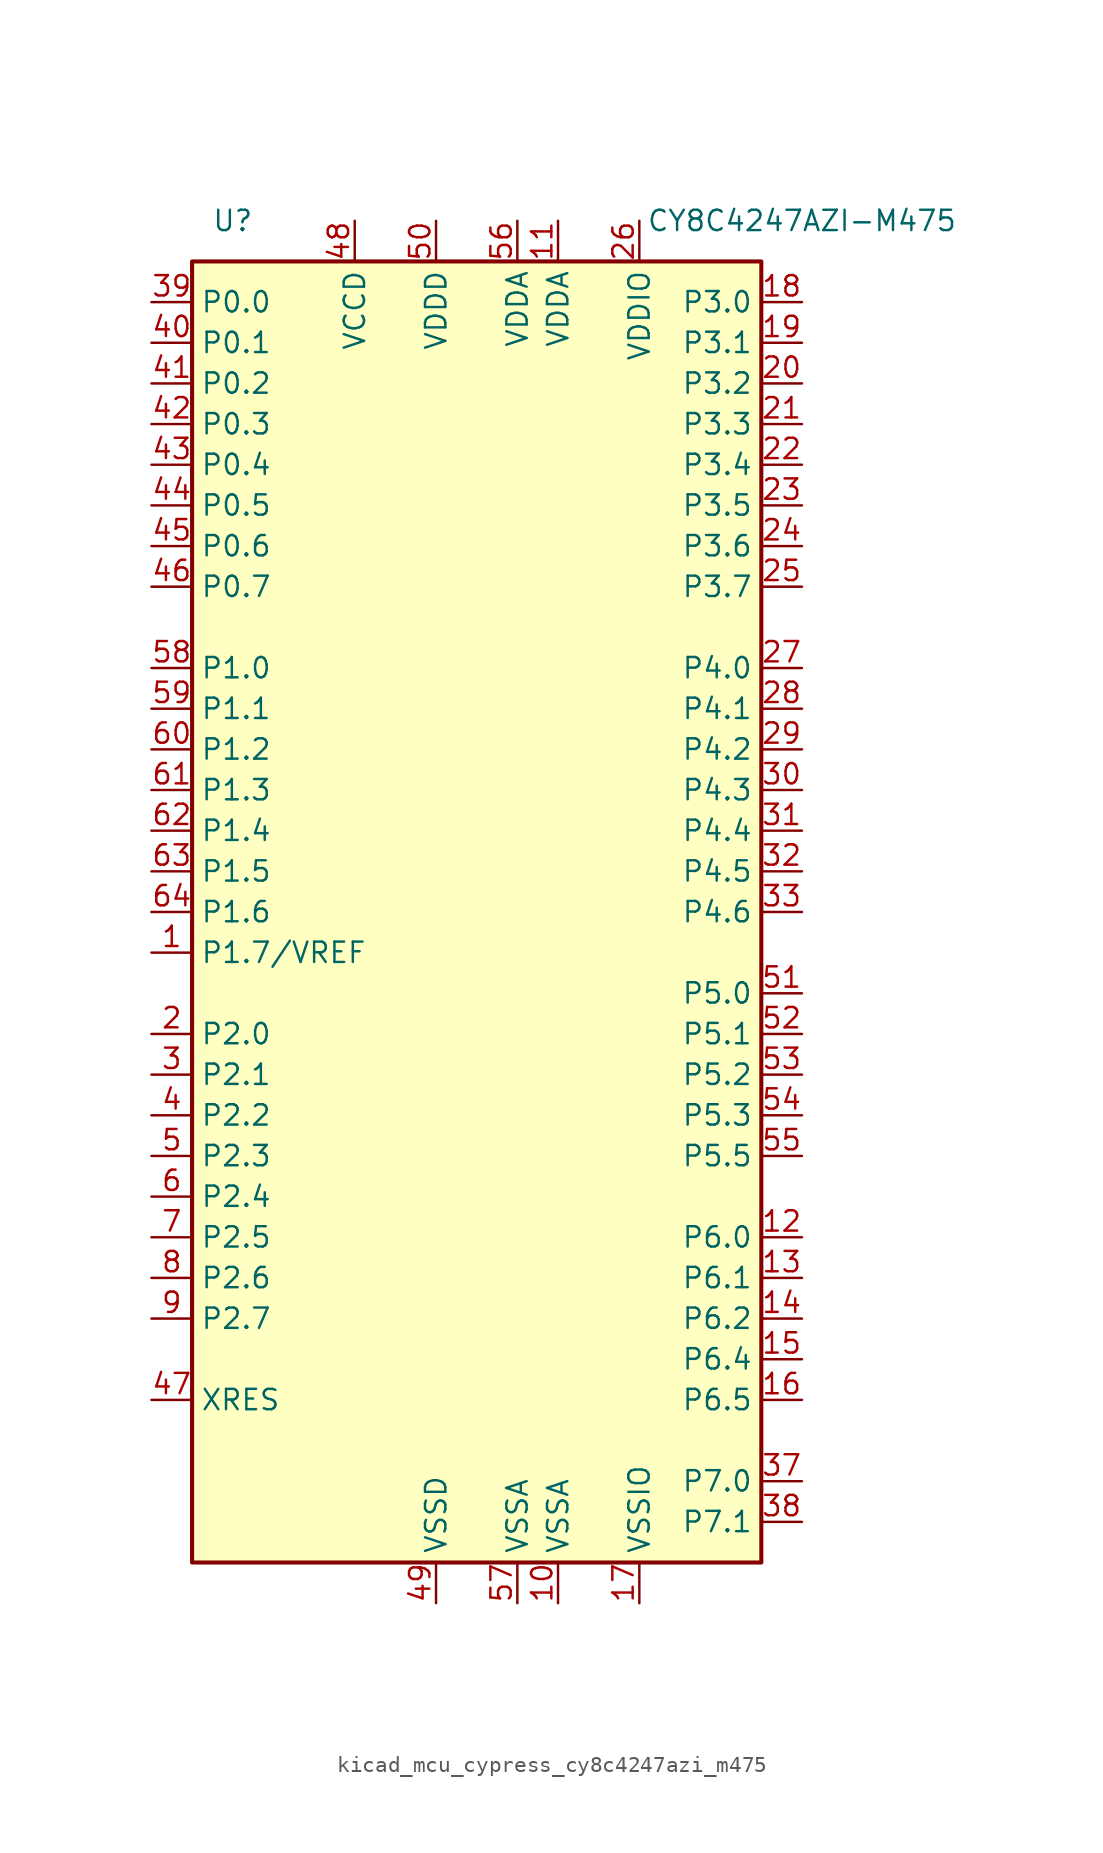
<source format=kicad_sym>
(kicad_symbol_lib
  (version 20220914)
  (generator kicad_symbol_editor)
  (symbol "kicad_mcu_cypress_cy8c4247azi_m475"
    (property "Reference" "U"
      (at -15.24 43.18 0)
      (effects (font (size 1.27 1.27))))
    (property "Value" "CY8C4247AZI-M475"
      (at 20.32 43.18 0)
      (effects (font (size 1.27 1.27))))
    (symbol "kicad_mcu_cypress_cy8c4247azi_m475_0_1"
      (rectangle (start -17.78 40.64) (end 17.78 -40.64) (stroke (width 0.254) (type default)) (fill (type background))))
    (symbol "kicad_mcu_cypress_cy8c4247azi_m475_1_1"
      (pin bidirectional line (at -20.32 -2.54 0) (length 2.54) (name "P1.7/VREF" (effects (font (size 1.27 1.27)))) (number "1" (effects (font (size 1.27 1.27)))))
      (pin power_in line (at 5.08 -43.18 90) (length 2.54) (name "VSSA" (effects (font (size 1.27 1.27)))) (number "10" (effects (font (size 1.27 1.27)))))
      (pin power_in line (at 5.08 43.18 270) (length 2.54) (name "VDDA" (effects (font (size 1.27 1.27)))) (number "11" (effects (font (size 1.27 1.27)))))
      (pin bidirectional line (at 20.32 -20.32 180) (length 2.54) (name "P6.0" (effects (font (size 1.27 1.27)))) (number "12" (effects (font (size 1.27 1.27)))))
      (pin bidirectional line (at 20.32 -22.86 180) (length 2.54) (name "P6.1" (effects (font (size 1.27 1.27)))) (number "13" (effects (font (size 1.27 1.27)))))
      (pin bidirectional line (at 20.32 -25.4 180) (length 2.54) (name "P6.2" (effects (font (size 1.27 1.27)))) (number "14" (effects (font (size 1.27 1.27)))))
      (pin bidirectional line (at 20.32 -27.94 180) (length 2.54) (name "P6.4" (effects (font (size 1.27 1.27)))) (number "15" (effects (font (size 1.27 1.27)))))
      (pin bidirectional line (at 20.32 -30.48 180) (length 2.54) (name "P6.5" (effects (font (size 1.27 1.27)))) (number "16" (effects (font (size 1.27 1.27)))))
      (pin power_in line (at 10.16 -43.18 90) (length 2.54) (name "VSSIO" (effects (font (size 1.27 1.27)))) (number "17" (effects (font (size 1.27 1.27)))))
      (pin bidirectional line (at 20.32 38.1 180) (length 2.54) (name "P3.0" (effects (font (size 1.27 1.27)))) (number "18" (effects (font (size 1.27 1.27)))))
      (pin bidirectional line (at 20.32 35.56 180) (length 2.54) (name "P3.1" (effects (font (size 1.27 1.27)))) (number "19" (effects (font (size 1.27 1.27)))))
      (pin bidirectional line (at -20.32 -7.62 0) (length 2.54) (name "P2.0" (effects (font (size 1.27 1.27)))) (number "2" (effects (font (size 1.27 1.27)))))
      (pin bidirectional line (at 20.32 33.02 180) (length 2.54) (name "P3.2" (effects (font (size 1.27 1.27)))) (number "20" (effects (font (size 1.27 1.27)))))
      (pin bidirectional line (at 20.32 30.48 180) (length 2.54) (name "P3.3" (effects (font (size 1.27 1.27)))) (number "21" (effects (font (size 1.27 1.27)))))
      (pin bidirectional line (at 20.32 27.94 180) (length 2.54) (name "P3.4" (effects (font (size 1.27 1.27)))) (number "22" (effects (font (size 1.27 1.27)))))
      (pin bidirectional line (at 20.32 25.4 180) (length 2.54) (name "P3.5" (effects (font (size 1.27 1.27)))) (number "23" (effects (font (size 1.27 1.27)))))
      (pin bidirectional line (at 20.32 22.86 180) (length 2.54) (name "P3.6" (effects (font (size 1.27 1.27)))) (number "24" (effects (font (size 1.27 1.27)))))
      (pin bidirectional line (at 20.32 20.32 180) (length 2.54) (name "P3.7" (effects (font (size 1.27 1.27)))) (number "25" (effects (font (size 1.27 1.27)))))
      (pin power_in line (at 10.16 43.18 270) (length 2.54) (name "VDDIO" (effects (font (size 1.27 1.27)))) (number "26" (effects (font (size 1.27 1.27)))))
      (pin bidirectional line (at 20.32 15.24 180) (length 2.54) (name "P4.0" (effects (font (size 1.27 1.27)))) (number "27" (effects (font (size 1.27 1.27)))))
      (pin bidirectional line (at 20.32 12.7 180) (length 2.54) (name "P4.1" (effects (font (size 1.27 1.27)))) (number "28" (effects (font (size 1.27 1.27)))))
      (pin bidirectional line (at 20.32 10.16 180) (length 2.54) (name "P4.2" (effects (font (size 1.27 1.27)))) (number "29" (effects (font (size 1.27 1.27)))))
      (pin bidirectional line (at -20.32 -10.16 0) (length 2.54) (name "P2.1" (effects (font (size 1.27 1.27)))) (number "3" (effects (font (size 1.27 1.27)))))
      (pin bidirectional line (at 20.32 7.62 180) (length 2.54) (name "P4.3" (effects (font (size 1.27 1.27)))) (number "30" (effects (font (size 1.27 1.27)))))
      (pin bidirectional line (at 20.32 5.08 180) (length 2.54) (name "P4.4" (effects (font (size 1.27 1.27)))) (number "31" (effects (font (size 1.27 1.27)))))
      (pin bidirectional line (at 20.32 2.54 180) (length 2.54) (name "P4.5" (effects (font (size 1.27 1.27)))) (number "32" (effects (font (size 1.27 1.27)))))
      (pin bidirectional line (at 20.32 0 180) (length 2.54) (name "P4.6" (effects (font (size 1.27 1.27)))) (number "33" (effects (font (size 1.27 1.27)))))
      (pin bidirectional line (at 20.32 -35.56 180) (length 2.54) (name "P7.0" (effects (font (size 1.27 1.27)))) (number "37" (effects (font (size 1.27 1.27)))))
      (pin bidirectional line (at 20.32 -38.1 180) (length 2.54) (name "P7.1" (effects (font (size 1.27 1.27)))) (number "38" (effects (font (size 1.27 1.27)))))
      (pin bidirectional line (at -20.32 38.1 0) (length 2.54) (name "P0.0" (effects (font (size 1.27 1.27)))) (number "39" (effects (font (size 1.27 1.27)))))
      (pin bidirectional line (at -20.32 -12.7 0) (length 2.54) (name "P2.2" (effects (font (size 1.27 1.27)))) (number "4" (effects (font (size 1.27 1.27)))))
      (pin bidirectional line (at -20.32 35.56 0) (length 2.54) (name "P0.1" (effects (font (size 1.27 1.27)))) (number "40" (effects (font (size 1.27 1.27)))))
      (pin bidirectional line (at -20.32 33.02 0) (length 2.54) (name "P0.2" (effects (font (size 1.27 1.27)))) (number "41" (effects (font (size 1.27 1.27)))))
      (pin bidirectional line (at -20.32 30.48 0) (length 2.54) (name "P0.3" (effects (font (size 1.27 1.27)))) (number "42" (effects (font (size 1.27 1.27)))))
      (pin bidirectional line (at -20.32 27.94 0) (length 2.54) (name "P0.4" (effects (font (size 1.27 1.27)))) (number "43" (effects (font (size 1.27 1.27)))))
      (pin bidirectional line (at -20.32 25.4 0) (length 2.54) (name "P0.5" (effects (font (size 1.27 1.27)))) (number "44" (effects (font (size 1.27 1.27)))))
      (pin bidirectional line (at -20.32 22.86 0) (length 2.54) (name "P0.6" (effects (font (size 1.27 1.27)))) (number "45" (effects (font (size 1.27 1.27)))))
      (pin bidirectional line (at -20.32 20.32 0) (length 2.54) (name "P0.7" (effects (font (size 1.27 1.27)))) (number "46" (effects (font (size 1.27 1.27)))))
      (pin input line (at -20.32 -30.48 0) (length 2.54) (name "XRES" (effects (font (size 1.27 1.27)))) (number "47" (effects (font (size 1.27 1.27)))))
      (pin power_out line (at -7.62 43.18 270) (length 2.54) (name "VCCD" (effects (font (size 1.27 1.27)))) (number "48" (effects (font (size 1.27 1.27)))))
      (pin power_in line (at -2.54 -43.18 90) (length 2.54) (name "VSSD" (effects (font (size 1.27 1.27)))) (number "49" (effects (font (size 1.27 1.27)))))
      (pin bidirectional line (at -20.32 -15.24 0) (length 2.54) (name "P2.3" (effects (font (size 1.27 1.27)))) (number "5" (effects (font (size 1.27 1.27)))))
      (pin power_in line (at -2.54 43.18 270) (length 2.54) (name "VDDD" (effects (font (size 1.27 1.27)))) (number "50" (effects (font (size 1.27 1.27)))))
      (pin bidirectional line (at 20.32 -5.08 180) (length 2.54) (name "P5.0" (effects (font (size 1.27 1.27)))) (number "51" (effects (font (size 1.27 1.27)))))
      (pin bidirectional line (at 20.32 -7.62 180) (length 2.54) (name "P5.1" (effects (font (size 1.27 1.27)))) (number "52" (effects (font (size 1.27 1.27)))))
      (pin bidirectional line (at 20.32 -10.16 180) (length 2.54) (name "P5.2" (effects (font (size 1.27 1.27)))) (number "53" (effects (font (size 1.27 1.27)))))
      (pin bidirectional line (at 20.32 -12.7 180) (length 2.54) (name "P5.3" (effects (font (size 1.27 1.27)))) (number "54" (effects (font (size 1.27 1.27)))))
      (pin bidirectional line (at 20.32 -15.24 180) (length 2.54) (name "P5.5" (effects (font (size 1.27 1.27)))) (number "55" (effects (font (size 1.27 1.27)))))
      (pin power_in line (at 2.54 43.18 270) (length 2.54) (name "VDDA" (effects (font (size 1.27 1.27)))) (number "56" (effects (font (size 1.27 1.27)))))
      (pin power_in line (at 2.54 -43.18 90) (length 2.54) (name "VSSA" (effects (font (size 1.27 1.27)))) (number "57" (effects (font (size 1.27 1.27)))))
      (pin bidirectional line (at -20.32 15.24 0) (length 2.54) (name "P1.0" (effects (font (size 1.27 1.27)))) (number "58" (effects (font (size 1.27 1.27)))))
      (pin bidirectional line (at -20.32 12.7 0) (length 2.54) (name "P1.1" (effects (font (size 1.27 1.27)))) (number "59" (effects (font (size 1.27 1.27)))))
      (pin bidirectional line (at -20.32 -17.78 0) (length 2.54) (name "P2.4" (effects (font (size 1.27 1.27)))) (number "6" (effects (font (size 1.27 1.27)))))
      (pin bidirectional line (at -20.32 10.16 0) (length 2.54) (name "P1.2" (effects (font (size 1.27 1.27)))) (number "60" (effects (font (size 1.27 1.27)))))
      (pin bidirectional line (at -20.32 7.62 0) (length 2.54) (name "P1.3" (effects (font (size 1.27 1.27)))) (number "61" (effects (font (size 1.27 1.27)))))
      (pin bidirectional line (at -20.32 5.08 0) (length 2.54) (name "P1.4" (effects (font (size 1.27 1.27)))) (number "62" (effects (font (size 1.27 1.27)))))
      (pin bidirectional line (at -20.32 2.54 0) (length 2.54) (name "P1.5" (effects (font (size 1.27 1.27)))) (number "63" (effects (font (size 1.27 1.27)))))
      (pin bidirectional line (at -20.32 0 0) (length 2.54) (name "P1.6" (effects (font (size 1.27 1.27)))) (number "64" (effects (font (size 1.27 1.27)))))
      (pin bidirectional line (at -20.32 -20.32 0) (length 2.54) (name "P2.5" (effects (font (size 1.27 1.27)))) (number "7" (effects (font (size 1.27 1.27)))))
      (pin bidirectional line (at -20.32 -22.86 0) (length 2.54) (name "P2.6" (effects (font (size 1.27 1.27)))) (number "8" (effects (font (size 1.27 1.27)))))
      (pin bidirectional line (at -20.32 -25.4 0) (length 2.54) (name "P2.7" (effects (font (size 1.27 1.27)))) (number "9" (effects (font (size 1.27 1.27))))))))
</source>
